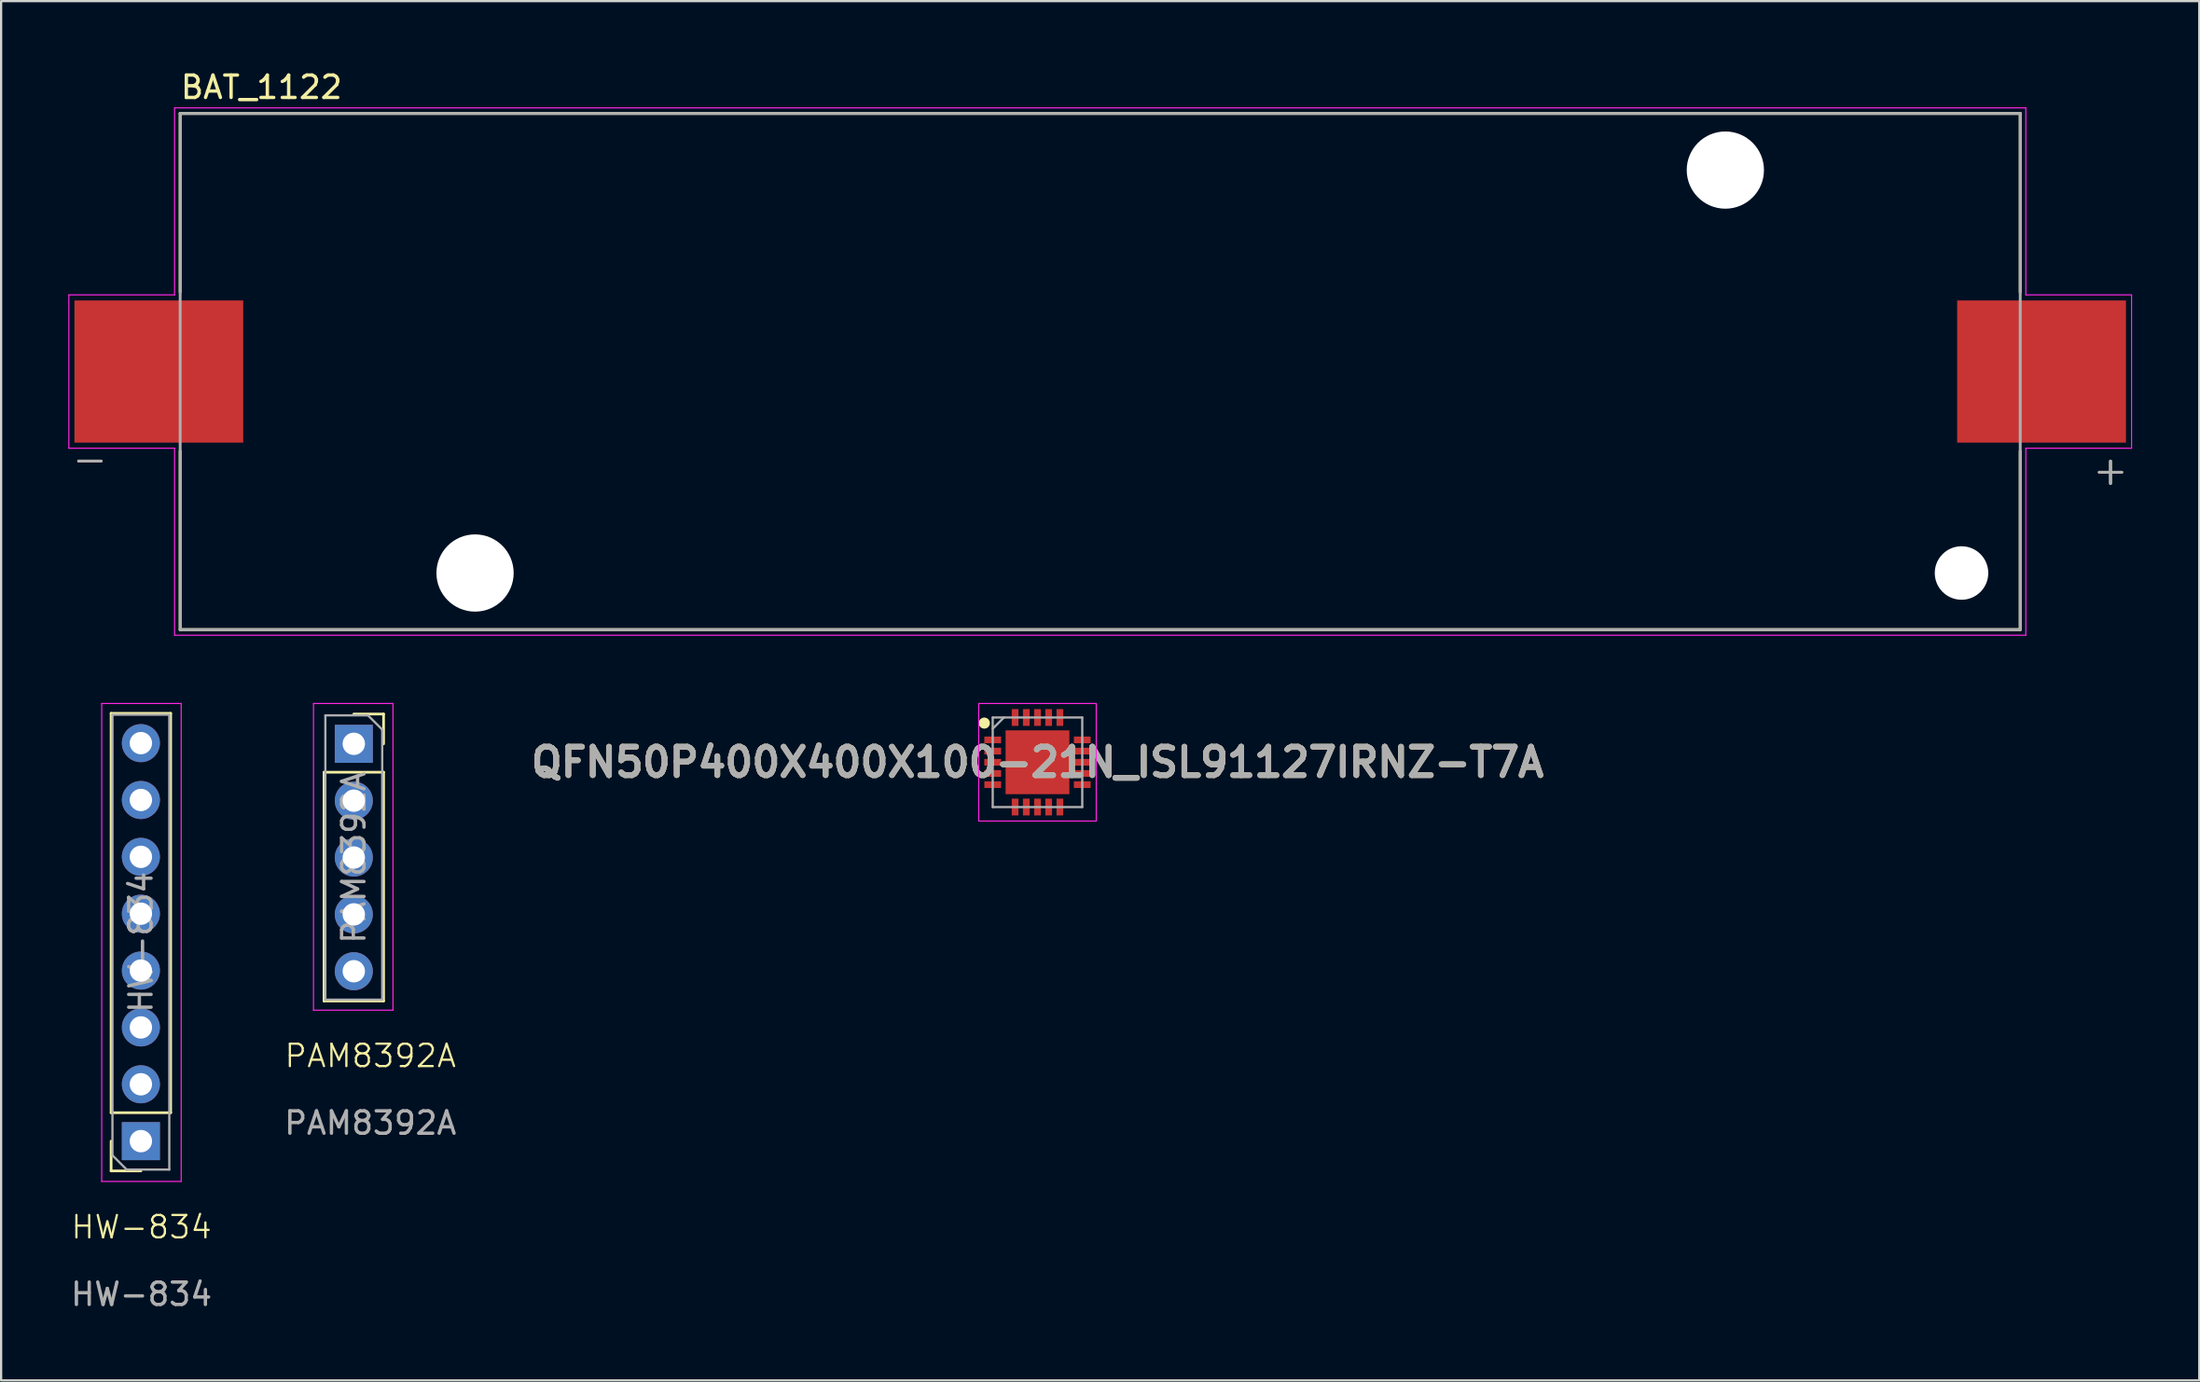
<source format=kicad_pcb>
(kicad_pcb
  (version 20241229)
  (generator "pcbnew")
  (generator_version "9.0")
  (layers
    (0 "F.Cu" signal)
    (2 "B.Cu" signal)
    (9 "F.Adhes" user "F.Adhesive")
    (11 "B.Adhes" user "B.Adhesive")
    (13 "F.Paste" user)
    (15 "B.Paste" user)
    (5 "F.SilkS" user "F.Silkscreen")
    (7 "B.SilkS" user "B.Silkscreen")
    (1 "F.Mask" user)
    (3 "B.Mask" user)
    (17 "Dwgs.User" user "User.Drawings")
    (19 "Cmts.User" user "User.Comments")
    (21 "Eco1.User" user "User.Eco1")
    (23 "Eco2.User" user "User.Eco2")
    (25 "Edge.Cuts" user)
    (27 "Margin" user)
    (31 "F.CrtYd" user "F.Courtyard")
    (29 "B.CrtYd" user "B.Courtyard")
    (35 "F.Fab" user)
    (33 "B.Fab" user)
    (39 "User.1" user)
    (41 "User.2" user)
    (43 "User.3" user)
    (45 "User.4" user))
  (footprint "QFN50P400X400X100-21N_ISL91127IRNZ-T7A"
    (layer "F.Cu")
    (at 43.294 31.003)
    (property "Reference" "QFN50P400X400X100-21N_ISL91127IRNZ-T7A" (at 0 0 0) (layer "F.SilkS") (effects (font (size 1.27 1.27) (thickness 0.254))))
    (attr smd)
    (fp_circle (center -2.375 -1.75) (end -2.375 -1.625) (stroke (width 0.25) (type solid)) (fill no) (layer "F.SilkS"))
    (fp_line (start -2.625 -2.625) (end 2.625 -2.625) (stroke (width 0.05) (type solid)) (layer "F.CrtYd"))
    (fp_line (start -2.625 2.625) (end -2.625 -2.625) (stroke (width 0.05) (type solid)) (layer "F.CrtYd"))
    (fp_line (start 2.625 -2.625) (end 2.625 2.625) (stroke (width 0.05) (type solid)) (layer "F.CrtYd"))
    (fp_line (start 2.625 2.625) (end -2.625 2.625) (stroke (width 0.05) (type solid)) (layer "F.CrtYd"))
    (fp_line (start -2 -2) (end 2 -2) (stroke (width 0.1) (type solid)) (layer "F.Fab"))
    (fp_line (start -2 -1.5) (end -1.5 -2) (stroke (width 0.1) (type solid)) (layer "F.Fab"))
    (fp_line (start -2 2) (end -2 -2) (stroke (width 0.1) (type solid)) (layer "F.Fab"))
    (fp_line (start 2 -2) (end 2 2) (stroke (width 0.1) (type solid)) (layer "F.Fab"))
    (fp_line (start 2 2) (end -2 2) (stroke (width 0.1) (type solid)) (layer "F.Fab"))
    (fp_text user "${REFERENCE}" (at 0 0 0) (layer "F.Fab") (effects (font (size 1.27 1.27) (thickness 0.254))))
    (pad "1" smd rect (at -2 -1 90) (size 0.3 0.75) (layers "F.Cu" "F.Mask" "F.Paste"))
    (pad "2" smd rect (at -2 -0.5 90) (size 0.3 0.75) (layers "F.Cu" "F.Mask" "F.Paste"))
    (pad "3" smd rect (at -2 0 90) (size 0.3 0.75) (layers "F.Cu" "F.Mask" "F.Paste"))
    (pad "4" smd rect (at -2 0.5 90) (size 0.3 0.75) (layers "F.Cu" "F.Mask" "F.Paste"))
    (pad "5" smd rect (at -2 1 90) (size 0.3 0.75) (layers "F.Cu" "F.Mask" "F.Paste"))
    (pad "6" smd rect (at -1 2) (size 0.3 0.75) (layers "F.Cu" "F.Mask" "F.Paste"))
    (pad "7" smd rect (at -0.5 2) (size 0.3 0.75) (layers "F.Cu" "F.Mask" "F.Paste"))
    (pad "8" smd rect (at 0 2) (size 0.3 0.75) (layers "F.Cu" "F.Mask" "F.Paste"))
    (pad "9" smd rect (at 0.5 2) (size 0.3 0.75) (layers "F.Cu" "F.Mask" "F.Paste"))
    (pad "10" smd rect (at 1 2) (size 0.3 0.75) (layers "F.Cu" "F.Mask" "F.Paste"))
    (pad "11" smd rect (at 2 1 90) (size 0.3 0.75) (layers "F.Cu" "F.Mask" "F.Paste"))
    (pad "12" smd rect (at 2 0.5 90) (size 0.3 0.75) (layers "F.Cu" "F.Mask" "F.Paste"))
    (pad "13" smd rect (at 2 0 90) (size 0.3 0.75) (layers "F.Cu" "F.Mask" "F.Paste"))
    (pad "14" smd rect (at 2 -0.5 90) (size 0.3 0.75) (layers "F.Cu" "F.Mask" "F.Paste"))
    (pad "15" smd rect (at 2 -1 90) (size 0.3 0.75) (layers "F.Cu" "F.Mask" "F.Paste"))
    (pad "16" smd rect (at 1 -2) (size 0.3 0.75) (layers "F.Cu" "F.Mask" "F.Paste"))
    (pad "17" smd rect (at 0.5 -2) (size 0.3 0.75) (layers "F.Cu" "F.Mask" "F.Paste"))
    (pad "18" smd rect (at 0 -2) (size 0.3 0.75) (layers "F.Cu" "F.Mask" "F.Paste"))
    (pad "19" smd rect (at -0.5 -2) (size 0.3 0.75) (layers "F.Cu" "F.Mask" "F.Paste"))
    (pad "20" smd rect (at -1 -2) (size 0.3 0.75) (layers "F.Cu" "F.Mask" "F.Paste"))
    (pad "21" smd rect (at 0 0) (size 2.85 2.85) (layers "F.Cu" "F.Mask" "F.Paste")))
  (footprint "BAT_1122"
    (layer "F.Cu")
    (at 46.095 13.548)
    (property "Reference" "BAT_1122" (at -37.465 -12.7 0) (layer "F.SilkS") (effects (font (size 1 1) (thickness 0.15))))
    (attr through_hole)
    (fp_line (start -45.63 4) (end -44.63 4) (stroke (width 0.127) (type solid)) (layer "F.SilkS"))
    (fp_line (start -41.097 -11.53) (end 41.097 -11.53) (stroke (width 0.127) (type solid)) (layer "F.SilkS"))
    (fp_line (start -41.097 -3.55) (end -41.097 -11.53) (stroke (width 0.127) (type solid)) (layer "F.SilkS"))
    (fp_line (start -41.097 11.53) (end -41.097 3.55) (stroke (width 0.127) (type solid)) (layer "F.SilkS"))
    (fp_line (start 41.097 -11.53) (end 41.097 -3.55) (stroke (width 0.127) (type solid)) (layer "F.SilkS"))
    (fp_line (start 41.097 3.55) (end 41.097 11.53) (stroke (width 0.127) (type solid)) (layer "F.SilkS"))
    (fp_line (start 41.097 11.53) (end -41.097 11.53) (stroke (width 0.127) (type solid)) (layer "F.SilkS"))
    (fp_line (start 44.63 4.5) (end 45.63 4.5) (stroke (width 0.127) (type solid)) (layer "F.SilkS"))
    (fp_line (start 45.13 4) (end 45.13 5) (stroke (width 0.127) (type solid)) (layer "F.SilkS"))
    (fp_line (start -46.07 -3.425) (end -41.347 -3.425) (stroke (width 0.05) (type solid)) (layer "F.CrtYd"))
    (fp_line (start -46.07 3.425) (end -46.07 -3.425) (stroke (width 0.05) (type solid)) (layer "F.CrtYd"))
    (fp_line (start -41.347 -11.78) (end 41.347 -11.78) (stroke (width 0.05) (type solid)) (layer "F.CrtYd"))
    (fp_line (start -41.347 -3.425) (end -41.347 -11.78) (stroke (width 0.05) (type solid)) (layer "F.CrtYd"))
    (fp_line (start -41.347 3.425) (end -46.07 3.425) (stroke (width 0.05) (type solid)) (layer "F.CrtYd"))
    (fp_line (start -41.347 11.78) (end -41.347 3.425) (stroke (width 0.05) (type solid)) (layer "F.CrtYd"))
    (fp_line (start 41.347 -11.78) (end 41.347 -3.425) (stroke (width 0.05) (type solid)) (layer "F.CrtYd"))
    (fp_line (start 41.347 -3.425) (end 46.07 -3.425) (stroke (width 0.05) (type solid)) (layer "F.CrtYd"))
    (fp_line (start 41.347 3.425) (end 41.347 11.78) (stroke (width 0.05) (type solid)) (layer "F.CrtYd"))
    (fp_line (start 41.347 11.78) (end -41.347 11.78) (stroke (width 0.05) (type solid)) (layer "F.CrtYd"))
    (fp_line (start 46.07 -3.425) (end 46.07 3.425) (stroke (width 0.05) (type solid)) (layer "F.CrtYd"))
    (fp_line (start 46.07 3.425) (end 41.347 3.425) (stroke (width 0.05) (type solid)) (layer "F.CrtYd"))
    (fp_line (start -45.63 4) (end -44.63 4) (stroke (width 0.127) (type solid)) (layer "F.Fab"))
    (fp_line (start -41.097 -11.53) (end 41.097 -11.53) (stroke (width 0.127) (type solid)) (layer "F.Fab"))
    (fp_line (start -41.097 11.53) (end -41.097 -11.53) (stroke (width 0.127) (type solid)) (layer "F.Fab"))
    (fp_line (start 41.097 -11.53) (end 41.097 11.53) (stroke (width 0.127) (type solid)) (layer "F.Fab"))
    (fp_line (start 41.097 11.53) (end -41.097 11.53) (stroke (width 0.127) (type solid)) (layer "F.Fab"))
    (fp_line (start 44.63 4.5) (end 45.63 4.5) (stroke (width 0.127) (type solid)) (layer "F.Fab"))
    (fp_line (start 45.13 4) (end 45.13 5) (stroke (width 0.127) (type solid)) (layer "F.Fab"))
    (pad "" np_thru_hole circle (at -27.925 9) (size 3.45 3.45) (drill 3.45) (layers "*.Cu" "*.Mask"))
    (pad "" np_thru_hole circle (at 27.925 -9) (size 3.45 3.45) (drill 3.45) (layers "*.Cu" "*.Mask"))
    (pad "" np_thru_hole circle (at 38.475 9) (size 2.39 2.39) (drill 2.39) (layers "*.Cu" "*.Mask"))
    (pad "N" smd rect (at -42.05 0) (size 7.54 6.35) (layers "F.Cu" "F.Mask" "F.Paste"))
    (pad "P" smd rect (at 42.05 0) (size 7.54 6.35) (layers "F.Cu" "F.Mask" "F.Paste")))
  (footprint "HW-834"
    (layer "F.Cu")
    (at 3.268 52.268)
    (property "Reference" "HW-834" (at 0 -0.5 0) (unlocked yes) (layer "F.SilkS") (effects (font (size 1 1) (thickness 0.1))))
    (attr through_hole)
    (fp_line (start -1.355 -5.61) (end -1.355 -23.45) (stroke (width 0.12) (type solid)) (layer "F.SilkS"))
    (fp_line (start -1.355 -3.01) (end -1.355 -4.34) (stroke (width 0.12) (type solid)) (layer "F.SilkS"))
    (fp_line (start -0.025 -3.01) (end -1.355 -3.01) (stroke (width 0.12) (type solid)) (layer "F.SilkS"))
    (fp_line (start 1.305 -23.45) (end -1.355 -23.45) (stroke (width 0.12) (type solid)) (layer "F.SilkS"))
    (fp_line (start 1.305 -5.61) (end -1.355 -5.61) (stroke (width 0.12) (type solid)) (layer "F.SilkS"))
    (fp_line (start 1.305 -5.61) (end 1.305 -23.45) (stroke (width 0.12) (type solid)) (layer "F.SilkS"))
    (fp_line (start -1.775 -23.89) (end 1.775 -23.89) (stroke (width 0.05) (type solid)) (layer "F.CrtYd"))
    (fp_line (start -1.775 -2.54) (end -1.775 -23.89) (stroke (width 0.05) (type solid)) (layer "F.CrtYd"))
    (fp_line (start 1.775 -23.89) (end 1.775 -2.54) (stroke (width 0.05) (type solid)) (layer "F.CrtYd"))
    (fp_line (start 1.775 -2.54) (end -1.775 -2.54) (stroke (width 0.05) (type solid)) (layer "F.CrtYd"))
    (fp_line (start -1.295 -23.39) (end 1.245 -23.39) (stroke (width 0.1) (type solid)) (layer "F.Fab"))
    (fp_line (start -1.295 -3.705) (end -1.295 -23.39) (stroke (width 0.1) (type solid)) (layer "F.Fab"))
    (fp_line (start -0.66 -3.07) (end -1.295 -3.705) (stroke (width 0.1) (type solid)) (layer "F.Fab"))
    (fp_line (start 1.245 -23.39) (end 1.245 -3.07) (stroke (width 0.1) (type solid)) (layer "F.Fab"))
    (fp_line (start 1.245 -3.07) (end -0.66 -3.07) (stroke (width 0.1) (type solid)) (layer "F.Fab"))
    (fp_text user "${REFERENCE}" (at -0.025 -13.23 270) (layer "F.Fab") (effects (font (size 1 1) (thickness 0.15))))
    (fp_text user "${REFERENCE}" (at 0 2.5 0) (unlocked yes) (layer "F.Fab") (effects (font (size 1 1) (thickness 0.15))))
    (pad "1" thru_hole rect (at -0.025 -4.34 180) (size 1.7 1.7) (drill 1) (layers "*.Cu" "*.Mask"))
    (pad "2" thru_hole oval (at -0.025 -6.88 180) (size 1.7 1.7) (drill 1) (layers "*.Cu" "*.Mask"))
    (pad "3" thru_hole oval (at -0.025 -9.42 180) (size 1.7 1.7) (drill 1) (layers "*.Cu" "*.Mask"))
    (pad "4" thru_hole oval (at -0.025 -11.96 180) (size 1.7 1.7) (drill 1) (layers "*.Cu" "*.Mask"))
    (pad "5" thru_hole oval (at -0.025 -14.5 180) (size 1.7 1.7) (drill 1) (layers "*.Cu" "*.Mask"))
    (pad "6" thru_hole oval (at -0.025 -17.04 180) (size 1.7 1.7) (drill 1) (layers "*.Cu" "*.Mask"))
    (pad "7" thru_hole oval (at -0.025 -19.58 180) (size 1.7 1.7) (drill 1) (layers "*.Cu" "*.Mask"))
    (pad "8" thru_hole oval (at -0.025 -22.12 180) (size 1.7 1.7) (drill 1) (layers "*.Cu" "*.Mask")))
  (footprint "PAM8392A"
    (layer "F.Cu")
    (at 13.494 44.618)
    (property "Reference" "PAM8392A" (at 0 -0.5 0) (unlocked yes) (layer "F.SilkS") (effects (font (size 1 1) (thickness 0.1))))
    (attr through_hole)
    (fp_line (start -2.07 -13.17) (end -2.07 -2.95) (stroke (width 0.12) (type solid)) (layer "F.SilkS"))
    (fp_line (start -2.07 -13.17) (end 0.59 -13.17) (stroke (width 0.12) (type solid)) (layer "F.SilkS"))
    (fp_line (start -2.07 -2.95) (end 0.59 -2.95) (stroke (width 0.12) (type solid)) (layer "F.SilkS"))
    (fp_line (start -0.74 -15.77) (end 0.59 -15.77) (stroke (width 0.12) (type solid)) (layer "F.SilkS"))
    (fp_line (start 0.59 -15.77) (end 0.59 -14.44) (stroke (width 0.12) (type solid)) (layer "F.SilkS"))
    (fp_line (start 0.59 -13.17) (end 0.59 -2.95) (stroke (width 0.12) (type solid)) (layer "F.SilkS"))
    (fp_line (start -2.54 -16.24) (end 1.01 -16.24) (stroke (width 0.05) (type solid)) (layer "F.CrtYd"))
    (fp_line (start -2.54 -2.54) (end -2.54 -16.24) (stroke (width 0.05) (type solid)) (layer "F.CrtYd"))
    (fp_line (start 1.01 -16.24) (end 1.01 -2.54) (stroke (width 0.05) (type solid)) (layer "F.CrtYd"))
    (fp_line (start 1.01 -2.54) (end -2.54 -2.54) (stroke (width 0.05) (type solid)) (layer "F.CrtYd"))
    (fp_line (start -2.01 -15.71) (end -0.105 -15.71) (stroke (width 0.1) (type solid)) (layer "F.Fab"))
    (fp_line (start -2.01 -3.01) (end -2.01 -15.71) (stroke (width 0.1) (type solid)) (layer "F.Fab"))
    (fp_line (start -0.105 -15.71) (end 0.53 -15.075) (stroke (width 0.1) (type solid)) (layer "F.Fab"))
    (fp_line (start 0.53 -15.075) (end 0.53 -3.01) (stroke (width 0.1) (type solid)) (layer "F.Fab"))
    (fp_line (start 0.53 -3.01) (end -2.01 -3.01) (stroke (width 0.1) (type solid)) (layer "F.Fab"))
    (fp_text user "${REFERENCE}" (at 0 2.5 0) (unlocked yes) (layer "F.Fab") (effects (font (size 1 1) (thickness 0.15))))
    (fp_text user "${REFERENCE}" (at -0.74 -9.36 90) (layer "F.Fab") (effects (font (size 1 1) (thickness 0.15))))
    (pad "1" thru_hole rect (at -0.74 -14.44) (size 1.7 1.7) (drill 1) (layers "*.Cu" "*.Mask"))
    (pad "2" thru_hole oval (at -0.74 -11.9) (size 1.7 1.7) (drill 1) (layers "*.Cu" "*.Mask"))
    (pad "3" thru_hole oval (at -0.74 -9.36) (size 1.7 1.7) (drill 1) (layers "*.Cu" "*.Mask"))
    (pad "4" thru_hole oval (at -0.74 -6.82) (size 1.7 1.7) (drill 1) (layers "*.Cu" "*.Mask"))
    (pad "5" thru_hole oval (at -0.74 -4.28) (size 1.7 1.7) (drill 1) (layers "*.Cu" "*.Mask")))
  (gr_rect
    (start -3 -3)
    (end 95.19 58.617)
    (stroke (width 0.1) (type default))
    (fill no)
    (layer "Edge.Cuts")))
</source>
